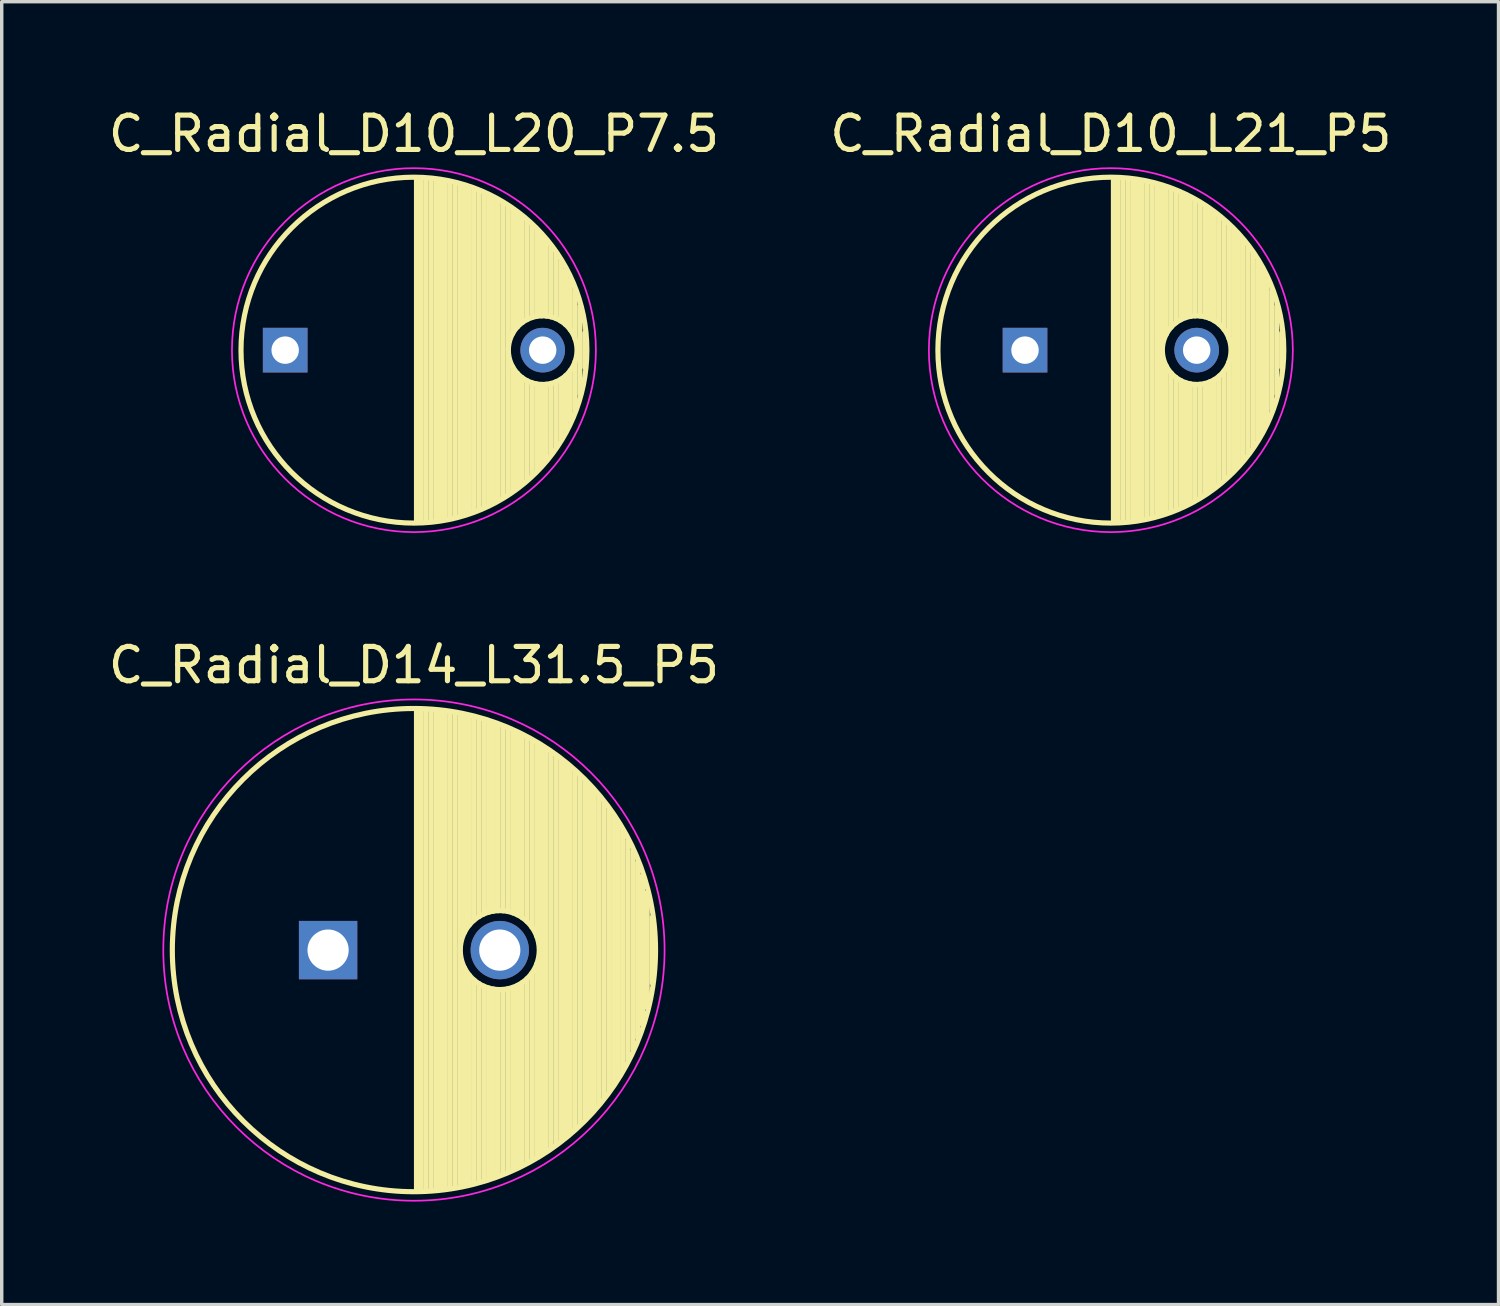
<source format=kicad_pcb>
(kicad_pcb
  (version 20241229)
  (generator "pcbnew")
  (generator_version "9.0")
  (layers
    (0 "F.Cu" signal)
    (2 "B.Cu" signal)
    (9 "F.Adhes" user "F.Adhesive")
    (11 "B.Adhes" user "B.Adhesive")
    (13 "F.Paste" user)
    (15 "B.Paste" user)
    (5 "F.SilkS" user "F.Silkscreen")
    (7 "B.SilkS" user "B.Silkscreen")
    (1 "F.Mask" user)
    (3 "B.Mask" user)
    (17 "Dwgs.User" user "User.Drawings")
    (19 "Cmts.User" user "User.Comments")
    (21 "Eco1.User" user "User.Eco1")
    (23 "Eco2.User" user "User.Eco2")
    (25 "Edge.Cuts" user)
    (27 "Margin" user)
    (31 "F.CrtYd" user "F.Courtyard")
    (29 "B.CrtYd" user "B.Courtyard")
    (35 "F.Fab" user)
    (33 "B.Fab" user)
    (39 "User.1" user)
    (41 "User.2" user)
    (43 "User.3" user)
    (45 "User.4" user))
  (footprint "C_Radial_D10_L21_P5"
    (layer "F.Cu")
    (at 26.804 7.148)
    (property "Reference" "C_Radial_D10_L21_P5" (at 2.5 -6.3 0) (layer "F.SilkS") (effects (font (size 1 1) (thickness 0.15))))
    (attr through_hole)
    (fp_line (start 2.575 -4.999) (end 2.575 4.999) (stroke (width 0.15) (type solid)) (layer "F.SilkS"))
    (fp_line (start 2.715 -4.995) (end 2.715 4.995) (stroke (width 0.15) (type solid)) (layer "F.SilkS"))
    (fp_line (start 2.855 -4.987) (end 2.855 4.987) (stroke (width 0.15) (type solid)) (layer "F.SilkS"))
    (fp_line (start 2.995 -4.975) (end 2.995 4.975) (stroke (width 0.15) (type solid)) (layer "F.SilkS"))
    (fp_line (start 3.135 -4.96) (end 3.135 4.96) (stroke (width 0.15) (type solid)) (layer "F.SilkS"))
    (fp_line (start 3.275 -4.94) (end 3.275 4.94) (stroke (width 0.15) (type solid)) (layer "F.SilkS"))
    (fp_line (start 3.415 -4.916) (end 3.415 4.916) (stroke (width 0.15) (type solid)) (layer "F.SilkS"))
    (fp_line (start 3.555 -4.887) (end 3.555 4.887) (stroke (width 0.15) (type solid)) (layer "F.SilkS"))
    (fp_line (start 3.695 -4.855) (end 3.695 4.855) (stroke (width 0.15) (type solid)) (layer "F.SilkS"))
    (fp_line (start 3.835 -4.818) (end 3.835 4.818) (stroke (width 0.15) (type solid)) (layer "F.SilkS"))
    (fp_line (start 3.975 -4.777) (end 3.975 4.777) (stroke (width 0.15) (type solid)) (layer "F.SilkS"))
    (fp_line (start 4.115 -4.732) (end 4.115 -0.466) (stroke (width 0.15) (type solid)) (layer "F.SilkS"))
    (fp_line (start 4.115 0.466) (end 4.115 4.732) (stroke (width 0.15) (type solid)) (layer "F.SilkS"))
    (fp_line (start 4.255 -4.682) (end 4.255 -0.667) (stroke (width 0.15) (type solid)) (layer "F.SilkS"))
    (fp_line (start 4.255 0.667) (end 4.255 4.682) (stroke (width 0.15) (type solid)) (layer "F.SilkS"))
    (fp_line (start 4.395 -4.627) (end 4.395 -0.796) (stroke (width 0.15) (type solid)) (layer "F.SilkS"))
    (fp_line (start 4.395 0.796) (end 4.395 4.627) (stroke (width 0.15) (type solid)) (layer "F.SilkS"))
    (fp_line (start 4.535 -4.567) (end 4.535 -0.885) (stroke (width 0.15) (type solid)) (layer "F.SilkS"))
    (fp_line (start 4.535 0.885) (end 4.535 4.567) (stroke (width 0.15) (type solid)) (layer "F.SilkS"))
    (fp_line (start 4.675 -4.502) (end 4.675 -0.946) (stroke (width 0.15) (type solid)) (layer "F.SilkS"))
    (fp_line (start 4.675 0.946) (end 4.675 4.502) (stroke (width 0.15) (type solid)) (layer "F.SilkS"))
    (fp_line (start 4.815 -4.432) (end 4.815 -0.983) (stroke (width 0.15) (type solid)) (layer "F.SilkS"))
    (fp_line (start 4.815 0.983) (end 4.815 4.432) (stroke (width 0.15) (type solid)) (layer "F.SilkS"))
    (fp_line (start 4.955 -4.356) (end 4.955 -0.999) (stroke (width 0.15) (type solid)) (layer "F.SilkS"))
    (fp_line (start 4.955 0.999) (end 4.955 4.356) (stroke (width 0.15) (type solid)) (layer "F.SilkS"))
    (fp_line (start 5.095 -4.274) (end 5.095 -0.995) (stroke (width 0.15) (type solid)) (layer "F.SilkS"))
    (fp_line (start 5.095 0.995) (end 5.095 4.274) (stroke (width 0.15) (type solid)) (layer "F.SilkS"))
    (fp_line (start 5.235 -4.186) (end 5.235 -0.972) (stroke (width 0.15) (type solid)) (layer "F.SilkS"))
    (fp_line (start 5.235 0.972) (end 5.235 4.186) (stroke (width 0.15) (type solid)) (layer "F.SilkS"))
    (fp_line (start 5.375 -4.091) (end 5.375 -0.927) (stroke (width 0.15) (type solid)) (layer "F.SilkS"))
    (fp_line (start 5.375 0.927) (end 5.375 4.091) (stroke (width 0.15) (type solid)) (layer "F.SilkS"))
    (fp_line (start 5.515 -3.989) (end 5.515 -0.857) (stroke (width 0.15) (type solid)) (layer "F.SilkS"))
    (fp_line (start 5.515 0.857) (end 5.515 3.989) (stroke (width 0.15) (type solid)) (layer "F.SilkS"))
    (fp_line (start 5.655 -3.879) (end 5.655 -0.756) (stroke (width 0.15) (type solid)) (layer "F.SilkS"))
    (fp_line (start 5.655 0.756) (end 5.655 3.879) (stroke (width 0.15) (type solid)) (layer "F.SilkS"))
    (fp_line (start 5.795 -3.761) (end 5.795 -0.607) (stroke (width 0.15) (type solid)) (layer "F.SilkS"))
    (fp_line (start 5.795 0.607) (end 5.795 3.761) (stroke (width 0.15) (type solid)) (layer "F.SilkS"))
    (fp_line (start 5.935 -3.633) (end 5.935 -0.355) (stroke (width 0.15) (type solid)) (layer "F.SilkS"))
    (fp_line (start 5.935 0.355) (end 5.935 3.633) (stroke (width 0.15) (type solid)) (layer "F.SilkS"))
    (fp_line (start 6.075 -3.496) (end 6.075 3.496) (stroke (width 0.15) (type solid)) (layer "F.SilkS"))
    (fp_line (start 6.215 -3.346) (end 6.215 3.346) (stroke (width 0.15) (type solid)) (layer "F.SilkS"))
    (fp_line (start 6.355 -3.184) (end 6.355 3.184) (stroke (width 0.15) (type solid)) (layer "F.SilkS"))
    (fp_line (start 6.495 -3.007) (end 6.495 3.007) (stroke (width 0.15) (type solid)) (layer "F.SilkS"))
    (fp_line (start 6.635 -2.811) (end 6.635 2.811) (stroke (width 0.15) (type solid)) (layer "F.SilkS"))
    (fp_line (start 6.775 -2.593) (end 6.775 2.593) (stroke (width 0.15) (type solid)) (layer "F.SilkS"))
    (fp_line (start 6.915 -2.347) (end 6.915 2.347) (stroke (width 0.15) (type solid)) (layer "F.SilkS"))
    (fp_line (start 7.055 -2.062) (end 7.055 2.062) (stroke (width 0.15) (type solid)) (layer "F.SilkS"))
    (fp_line (start 7.195 -1.72) (end 7.195 1.72) (stroke (width 0.15) (type solid)) (layer "F.SilkS"))
    (fp_line (start 7.335 -1.274) (end 7.335 1.274) (stroke (width 0.15) (type solid)) (layer "F.SilkS"))
    (fp_line (start 7.475 -0.499) (end 7.475 0.499) (stroke (width 0.15) (type solid)) (layer "F.SilkS"))
    (fp_circle (center 2.5 0) (end 2.5 -5.037) (stroke (width 0.15) (type solid)) (fill no) (layer "F.SilkS"))
    (fp_circle (center 5 0) (end 5 -1) (stroke (width 0.15) (type solid)) (fill no) (layer "F.SilkS"))
    (fp_circle (center 2.5 0) (end 2.5 -5.3) (stroke (width 0.05) (type solid)) (fill no) (layer "F.CrtYd"))
    (pad "1" thru_hole rect (at 0 0) (size 1.3 1.3) (drill 0.8) (layers "*.Cu" "*.Mask"))
    (pad "2" thru_hole circle (at 5 0) (size 1.3 1.3) (drill 0.8) (layers "*.Cu" "*.Mask")))
  (footprint "C_Radial_D10_L20_P7.5"
    (layer "F.Cu")
    (at 5.256 7.148)
    (property "Reference" "C_Radial_D10_L20_P7.5" (at 3.75 -6.3 0) (layer "F.SilkS") (effects (font (size 1 1) (thickness 0.15))))
    (attr through_hole)
    (fp_line (start 3.825 -4.999) (end 3.825 4.999) (stroke (width 0.15) (type solid)) (layer "F.SilkS"))
    (fp_line (start 3.965 -4.995) (end 3.965 4.995) (stroke (width 0.15) (type solid)) (layer "F.SilkS"))
    (fp_line (start 4.105 -4.987) (end 4.105 4.987) (stroke (width 0.15) (type solid)) (layer "F.SilkS"))
    (fp_line (start 4.245 -4.975) (end 4.245 4.975) (stroke (width 0.15) (type solid)) (layer "F.SilkS"))
    (fp_line (start 4.385 -4.96) (end 4.385 4.96) (stroke (width 0.15) (type solid)) (layer "F.SilkS"))
    (fp_line (start 4.525 -4.94) (end 4.525 4.94) (stroke (width 0.15) (type solid)) (layer "F.SilkS"))
    (fp_line (start 4.665 -4.916) (end 4.665 4.916) (stroke (width 0.15) (type solid)) (layer "F.SilkS"))
    (fp_line (start 4.805 -4.887) (end 4.805 4.887) (stroke (width 0.15) (type solid)) (layer "F.SilkS"))
    (fp_line (start 4.945 -4.855) (end 4.945 4.855) (stroke (width 0.15) (type solid)) (layer "F.SilkS"))
    (fp_line (start 5.085 -4.818) (end 5.085 4.818) (stroke (width 0.15) (type solid)) (layer "F.SilkS"))
    (fp_line (start 5.225 -4.777) (end 5.225 4.777) (stroke (width 0.15) (type solid)) (layer "F.SilkS"))
    (fp_line (start 5.365 -4.732) (end 5.365 4.732) (stroke (width 0.15) (type solid)) (layer "F.SilkS"))
    (fp_line (start 5.505 -4.682) (end 5.505 4.682) (stroke (width 0.15) (type solid)) (layer "F.SilkS"))
    (fp_line (start 5.645 -4.627) (end 5.645 4.627) (stroke (width 0.15) (type solid)) (layer "F.SilkS"))
    (fp_line (start 5.785 -4.567) (end 5.785 4.567) (stroke (width 0.15) (type solid)) (layer "F.SilkS"))
    (fp_line (start 5.925 -4.502) (end 5.925 4.502) (stroke (width 0.15) (type solid)) (layer "F.SilkS"))
    (fp_line (start 6.065 -4.432) (end 6.065 4.432) (stroke (width 0.15) (type solid)) (layer "F.SilkS"))
    (fp_line (start 6.205 -4.356) (end 6.205 4.356) (stroke (width 0.15) (type solid)) (layer "F.SilkS"))
    (fp_line (start 6.345 -4.274) (end 6.345 4.274) (stroke (width 0.15) (type solid)) (layer "F.SilkS"))
    (fp_line (start 6.485 -4.186) (end 6.485 4.186) (stroke (width 0.15) (type solid)) (layer "F.SilkS"))
    (fp_line (start 6.625 -4.091) (end 6.625 -0.484) (stroke (width 0.15) (type solid)) (layer "F.SilkS"))
    (fp_line (start 6.625 0.484) (end 6.625 4.091) (stroke (width 0.15) (type solid)) (layer "F.SilkS"))
    (fp_line (start 6.765 -3.989) (end 6.765 -0.678) (stroke (width 0.15) (type solid)) (layer "F.SilkS"))
    (fp_line (start 6.765 0.678) (end 6.765 3.989) (stroke (width 0.15) (type solid)) (layer "F.SilkS"))
    (fp_line (start 6.905 -3.879) (end 6.905 -0.804) (stroke (width 0.15) (type solid)) (layer "F.SilkS"))
    (fp_line (start 6.905 0.804) (end 6.905 3.879) (stroke (width 0.15) (type solid)) (layer "F.SilkS"))
    (fp_line (start 7.045 -3.761) (end 7.045 -0.89) (stroke (width 0.15) (type solid)) (layer "F.SilkS"))
    (fp_line (start 7.045 0.89) (end 7.045 3.761) (stroke (width 0.15) (type solid)) (layer "F.SilkS"))
    (fp_line (start 7.185 -3.633) (end 7.185 -0.949) (stroke (width 0.15) (type solid)) (layer "F.SilkS"))
    (fp_line (start 7.185 0.949) (end 7.185 3.633) (stroke (width 0.15) (type solid)) (layer "F.SilkS"))
    (fp_line (start 7.325 -3.496) (end 7.325 -0.985) (stroke (width 0.15) (type solid)) (layer "F.SilkS"))
    (fp_line (start 7.325 0.985) (end 7.325 3.496) (stroke (width 0.15) (type solid)) (layer "F.SilkS"))
    (fp_line (start 7.465 -3.346) (end 7.465 -0.999) (stroke (width 0.15) (type solid)) (layer "F.SilkS"))
    (fp_line (start 7.465 0.999) (end 7.465 3.346) (stroke (width 0.15) (type solid)) (layer "F.SilkS"))
    (fp_line (start 7.605 -3.184) (end 7.605 -0.994) (stroke (width 0.15) (type solid)) (layer "F.SilkS"))
    (fp_line (start 7.605 0.994) (end 7.605 3.184) (stroke (width 0.15) (type solid)) (layer "F.SilkS"))
    (fp_line (start 7.745 -3.007) (end 7.745 -0.97) (stroke (width 0.15) (type solid)) (layer "F.SilkS"))
    (fp_line (start 7.745 0.97) (end 7.745 3.007) (stroke (width 0.15) (type solid)) (layer "F.SilkS"))
    (fp_line (start 7.885 -2.811) (end 7.885 -0.923) (stroke (width 0.15) (type solid)) (layer "F.SilkS"))
    (fp_line (start 7.885 0.923) (end 7.885 2.811) (stroke (width 0.15) (type solid)) (layer "F.SilkS"))
    (fp_line (start 8.025 -2.593) (end 8.025 -0.851) (stroke (width 0.15) (type solid)) (layer "F.SilkS"))
    (fp_line (start 8.025 0.851) (end 8.025 2.593) (stroke (width 0.15) (type solid)) (layer "F.SilkS"))
    (fp_line (start 8.165 -2.347) (end 8.165 -0.747) (stroke (width 0.15) (type solid)) (layer "F.SilkS"))
    (fp_line (start 8.165 0.747) (end 8.165 2.347) (stroke (width 0.15) (type solid)) (layer "F.SilkS"))
    (fp_line (start 8.305 -2.062) (end 8.305 -0.593) (stroke (width 0.15) (type solid)) (layer "F.SilkS"))
    (fp_line (start 8.305 0.593) (end 8.305 2.062) (stroke (width 0.15) (type solid)) (layer "F.SilkS"))
    (fp_line (start 8.445 -1.72) (end 8.445 -0.327) (stroke (width 0.15) (type solid)) (layer "F.SilkS"))
    (fp_line (start 8.445 0.327) (end 8.445 1.72) (stroke (width 0.15) (type solid)) (layer "F.SilkS"))
    (fp_line (start 8.585 -1.274) (end 8.585 1.274) (stroke (width 0.15) (type solid)) (layer "F.SilkS"))
    (fp_line (start 8.725 -0.499) (end 8.725 0.499) (stroke (width 0.15) (type solid)) (layer "F.SilkS"))
    (fp_circle (center 3.75 0) (end 3.75 -5.037) (stroke (width 0.15) (type solid)) (fill no) (layer "F.SilkS"))
    (fp_circle (center 7.5 0) (end 7.5 -1) (stroke (width 0.15) (type solid)) (fill no) (layer "F.SilkS"))
    (fp_circle (center 3.75 0) (end 3.75 -5.3) (stroke (width 0.05) (type solid)) (fill no) (layer "F.CrtYd"))
    (pad "1" thru_hole rect (at 0 0) (size 1.3 1.3) (drill 0.8) (layers "*.Cu" "*.Mask"))
    (pad "2" thru_hole circle (at 7.5 0) (size 1.3 1.3) (drill 0.8) (layers "*.Cu" "*.Mask")))
  (footprint "C_Radial_D14_L31.5_P5"
    (layer "F.Cu")
    (at 6.506 24.622)
    (property "Reference" "C_Radial_D14_L31.5_P5" (at 2.5 -8.3 0) (layer "F.SilkS") (effects (font (size 1 1) (thickness 0.15))))
    (attr through_hole)
    (fp_line (start 2.575 -7) (end 2.575 7) (stroke (width 0.15) (type solid)) (layer "F.SilkS"))
    (fp_line (start 2.715 -6.997) (end 2.715 6.997) (stroke (width 0.15) (type solid)) (layer "F.SilkS"))
    (fp_line (start 2.855 -6.991) (end 2.855 6.991) (stroke (width 0.15) (type solid)) (layer "F.SilkS"))
    (fp_line (start 2.995 -6.982) (end 2.995 6.982) (stroke (width 0.15) (type solid)) (layer "F.SilkS"))
    (fp_line (start 3.135 -6.971) (end 3.135 6.971) (stroke (width 0.15) (type solid)) (layer "F.SilkS"))
    (fp_line (start 3.275 -6.957) (end 3.275 6.957) (stroke (width 0.15) (type solid)) (layer "F.SilkS"))
    (fp_line (start 3.415 -6.94) (end 3.415 6.94) (stroke (width 0.15) (type solid)) (layer "F.SilkS"))
    (fp_line (start 3.555 -6.92) (end 3.555 6.92) (stroke (width 0.15) (type solid)) (layer "F.SilkS"))
    (fp_line (start 3.695 -6.897) (end 3.695 6.897) (stroke (width 0.15) (type solid)) (layer "F.SilkS"))
    (fp_line (start 3.835 -6.872) (end 3.835 6.872) (stroke (width 0.15) (type solid)) (layer "F.SilkS"))
    (fp_line (start 3.975 -6.843) (end 3.975 -0.521) (stroke (width 0.15) (type solid)) (layer "F.SilkS"))
    (fp_line (start 3.975 0.521) (end 3.975 6.843) (stroke (width 0.15) (type solid)) (layer "F.SilkS"))
    (fp_line (start 4.115 -6.811) (end 4.115 -0.734) (stroke (width 0.15) (type solid)) (layer "F.SilkS"))
    (fp_line (start 4.115 0.734) (end 4.115 6.811) (stroke (width 0.15) (type solid)) (layer "F.SilkS"))
    (fp_line (start 4.255 -6.776) (end 4.255 -0.876) (stroke (width 0.15) (type solid)) (layer "F.SilkS"))
    (fp_line (start 4.255 0.876) (end 4.255 6.776) (stroke (width 0.15) (type solid)) (layer "F.SilkS"))
    (fp_line (start 4.395 -6.739) (end 4.395 -0.978) (stroke (width 0.15) (type solid)) (layer "F.SilkS"))
    (fp_line (start 4.395 0.978) (end 4.395 6.739) (stroke (width 0.15) (type solid)) (layer "F.SilkS"))
    (fp_line (start 4.535 -6.698) (end 4.535 -1.052) (stroke (width 0.15) (type solid)) (layer "F.SilkS"))
    (fp_line (start 4.535 1.052) (end 4.535 6.698) (stroke (width 0.15) (type solid)) (layer "F.SilkS"))
    (fp_line (start 4.675 -6.654) (end 4.675 -1.103) (stroke (width 0.15) (type solid)) (layer "F.SilkS"))
    (fp_line (start 4.675 1.103) (end 4.675 6.654) (stroke (width 0.15) (type solid)) (layer "F.SilkS"))
    (fp_line (start 4.815 -6.606) (end 4.815 -1.135) (stroke (width 0.15) (type solid)) (layer "F.SilkS"))
    (fp_line (start 4.815 1.135) (end 4.815 6.606) (stroke (width 0.15) (type solid)) (layer "F.SilkS"))
    (fp_line (start 4.955 -6.555) (end 4.955 -1.149) (stroke (width 0.15) (type solid)) (layer "F.SilkS"))
    (fp_line (start 4.955 1.149) (end 4.955 6.555) (stroke (width 0.15) (type solid)) (layer "F.SilkS"))
    (fp_line (start 5.095 -6.501) (end 5.095 -1.146) (stroke (width 0.15) (type solid)) (layer "F.SilkS"))
    (fp_line (start 5.095 1.146) (end 5.095 6.501) (stroke (width 0.15) (type solid)) (layer "F.SilkS"))
    (fp_line (start 5.235 -6.444) (end 5.235 -1.126) (stroke (width 0.15) (type solid)) (layer "F.SilkS"))
    (fp_line (start 5.235 1.126) (end 5.235 6.444) (stroke (width 0.15) (type solid)) (layer "F.SilkS"))
    (fp_line (start 5.375 -6.382) (end 5.375 -1.087) (stroke (width 0.15) (type solid)) (layer "F.SilkS"))
    (fp_line (start 5.375 1.087) (end 5.375 6.382) (stroke (width 0.15) (type solid)) (layer "F.SilkS"))
    (fp_line (start 5.515 -6.317) (end 5.515 -1.028) (stroke (width 0.15) (type solid)) (layer "F.SilkS"))
    (fp_line (start 5.515 1.028) (end 5.515 6.317) (stroke (width 0.15) (type solid)) (layer "F.SilkS"))
    (fp_line (start 5.655 -6.249) (end 5.655 -0.945) (stroke (width 0.15) (type solid)) (layer "F.SilkS"))
    (fp_line (start 5.655 0.945) (end 5.655 6.249) (stroke (width 0.15) (type solid)) (layer "F.SilkS"))
    (fp_line (start 5.795 -6.176) (end 5.795 -0.831) (stroke (width 0.15) (type solid)) (layer "F.SilkS"))
    (fp_line (start 5.795 0.831) (end 5.795 6.176) (stroke (width 0.15) (type solid)) (layer "F.SilkS"))
    (fp_line (start 5.935 -6.099) (end 5.935 -0.67) (stroke (width 0.15) (type solid)) (layer "F.SilkS"))
    (fp_line (start 5.935 0.67) (end 5.935 6.099) (stroke (width 0.15) (type solid)) (layer "F.SilkS"))
    (fp_line (start 6.075 -6.018) (end 6.075 -0.409) (stroke (width 0.15) (type solid)) (layer "F.SilkS"))
    (fp_line (start 6.075 0.409) (end 6.075 6.018) (stroke (width 0.15) (type solid)) (layer "F.SilkS"))
    (fp_line (start 6.215 -5.933) (end 6.215 5.933) (stroke (width 0.15) (type solid)) (layer "F.SilkS"))
    (fp_line (start 6.355 -5.843) (end 6.355 5.843) (stroke (width 0.15) (type solid)) (layer "F.SilkS"))
    (fp_line (start 6.495 -5.748) (end 6.495 5.748) (stroke (width 0.15) (type solid)) (layer "F.SilkS"))
    (fp_line (start 6.635 -5.648) (end 6.635 5.648) (stroke (width 0.15) (type solid)) (layer "F.SilkS"))
    (fp_line (start 6.775 -5.543) (end 6.775 5.543) (stroke (width 0.15) (type solid)) (layer "F.SilkS"))
    (fp_line (start 6.915 -5.432) (end 6.915 5.432) (stroke (width 0.15) (type solid)) (layer "F.SilkS"))
    (fp_line (start 7.055 -5.315) (end 7.055 5.315) (stroke (width 0.15) (type solid)) (layer "F.SilkS"))
    (fp_line (start 7.195 -5.192) (end 7.195 5.192) (stroke (width 0.15) (type solid)) (layer "F.SilkS"))
    (fp_line (start 7.335 -5.062) (end 7.335 5.062) (stroke (width 0.15) (type solid)) (layer "F.SilkS"))
    (fp_line (start 7.475 -4.924) (end 7.475 4.924) (stroke (width 0.15) (type solid)) (layer "F.SilkS"))
    (fp_line (start 7.615 -4.779) (end 7.615 4.779) (stroke (width 0.15) (type solid)) (layer "F.SilkS"))
    (fp_line (start 7.755 -4.624) (end 7.755 4.624) (stroke (width 0.15) (type solid)) (layer "F.SilkS"))
    (fp_line (start 7.895 -4.46) (end 7.895 4.46) (stroke (width 0.15) (type solid)) (layer "F.SilkS"))
    (fp_line (start 8.035 -4.285) (end 8.035 4.285) (stroke (width 0.15) (type solid)) (layer "F.SilkS"))
    (fp_line (start 8.175 -4.098) (end 8.175 4.098) (stroke (width 0.15) (type solid)) (layer "F.SilkS"))
    (fp_line (start 8.315 -3.897) (end 8.315 3.897) (stroke (width 0.15) (type solid)) (layer "F.SilkS"))
    (fp_line (start 8.455 -3.679) (end 8.455 3.679) (stroke (width 0.15) (type solid)) (layer "F.SilkS"))
    (fp_line (start 8.595 -3.443) (end 8.595 3.443) (stroke (width 0.15) (type solid)) (layer "F.SilkS"))
    (fp_line (start 8.735 -3.182) (end 8.735 3.182) (stroke (width 0.15) (type solid)) (layer "F.SilkS"))
    (fp_line (start 8.875 -2.891) (end 8.875 2.891) (stroke (width 0.15) (type solid)) (layer "F.SilkS"))
    (fp_line (start 9.015 -2.56) (end 9.015 2.56) (stroke (width 0.15) (type solid)) (layer "F.SilkS"))
    (fp_line (start 9.155 -2.17) (end 9.155 2.17) (stroke (width 0.15) (type solid)) (layer "F.SilkS"))
    (fp_line (start 9.295 -1.682) (end 9.295 1.682) (stroke (width 0.15) (type solid)) (layer "F.SilkS"))
    (fp_line (start 9.435 -0.952) (end 9.435 0.952) (stroke (width 0.15) (type solid)) (layer "F.SilkS"))
    (fp_circle (center 2.5 0) (end 2.5 -7.037) (stroke (width 0.15) (type solid)) (fill no) (layer "F.SilkS"))
    (fp_circle (center 5 0) (end 5 -1.15) (stroke (width 0.15) (type solid)) (fill no) (layer "F.SilkS"))
    (fp_circle (center 2.5 0) (end 2.5 -7.3) (stroke (width 0.05) (type solid)) (fill no) (layer "F.CrtYd"))
    (pad "1" thru_hole rect (at 0 0) (size 1.7 1.7) (drill 1.2) (layers "*.Cu" "*.Mask"))
    (pad "2" thru_hole circle (at 5 0) (size 1.7 1.7) (drill 1.2) (layers "*.Cu" "*.Mask")))
  (gr_rect
    (start -3 -3)
    (end 40.595 34.947)
    (stroke (width 0.1) (type default))
    (fill no)
    (layer "Edge.Cuts")))
</source>
